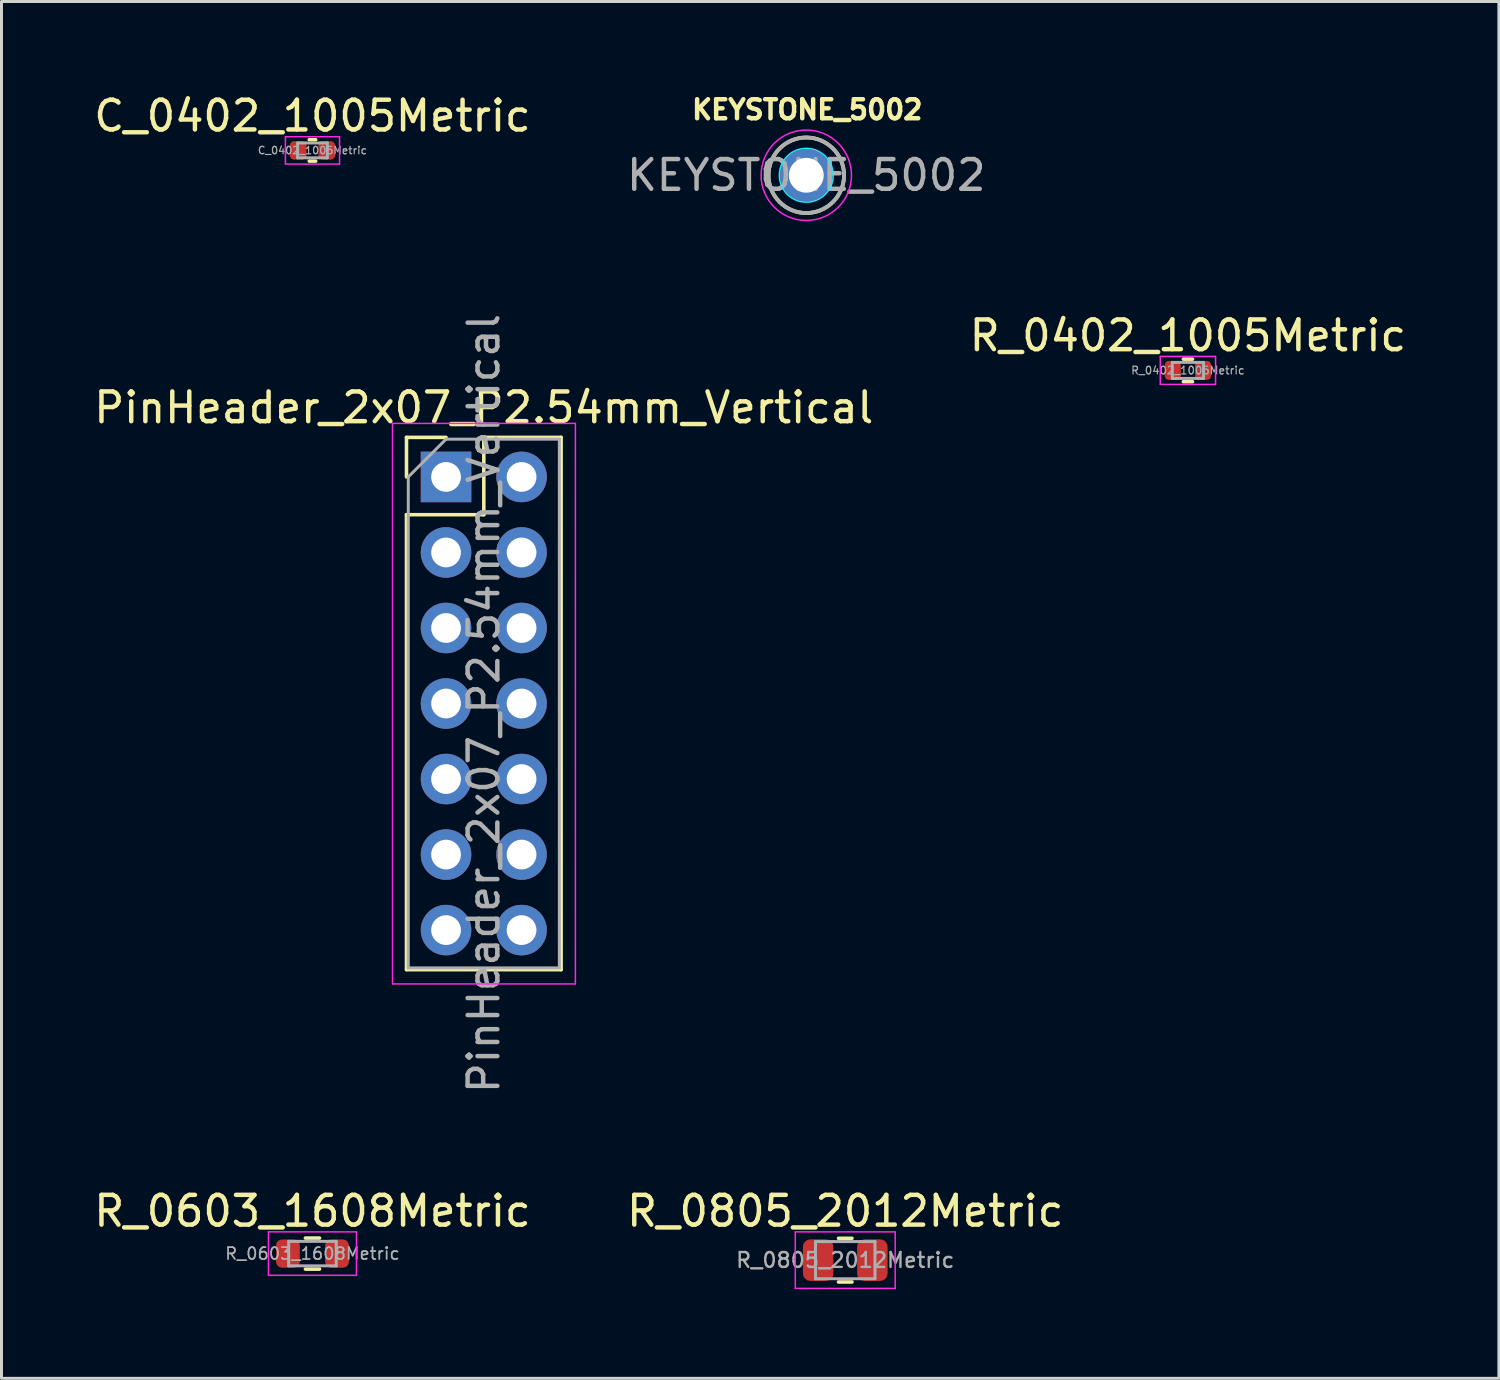
<source format=kicad_pcb>
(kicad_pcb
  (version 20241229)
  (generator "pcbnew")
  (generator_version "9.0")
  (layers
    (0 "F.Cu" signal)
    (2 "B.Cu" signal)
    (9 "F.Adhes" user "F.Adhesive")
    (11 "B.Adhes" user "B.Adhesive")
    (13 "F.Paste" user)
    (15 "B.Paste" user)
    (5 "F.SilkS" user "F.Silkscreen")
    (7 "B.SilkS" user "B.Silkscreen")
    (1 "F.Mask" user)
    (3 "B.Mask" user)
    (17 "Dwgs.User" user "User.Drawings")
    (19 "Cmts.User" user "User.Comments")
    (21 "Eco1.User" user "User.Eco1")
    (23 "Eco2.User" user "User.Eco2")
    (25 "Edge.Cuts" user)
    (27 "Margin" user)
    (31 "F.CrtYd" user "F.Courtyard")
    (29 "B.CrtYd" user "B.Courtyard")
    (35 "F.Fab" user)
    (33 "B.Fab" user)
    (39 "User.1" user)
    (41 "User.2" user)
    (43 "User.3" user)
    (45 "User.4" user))
  (footprint "C_0402_1005Metric"
    (layer "F.Cu")
    (at 7.458 2.008)
    (property "Reference" "C_0402_1005Metric" (at 0 -1.16 0) (layer "F.SilkS") (effects (font (size 1 1) (thickness 0.15))))
    (attr smd)
    (fp_line (start -0.108 -0.36) (end 0.108 -0.36) (stroke (width 0.12) (type solid)) (layer "F.SilkS"))
    (fp_line (start -0.108 0.36) (end 0.108 0.36) (stroke (width 0.12) (type solid)) (layer "F.SilkS"))
    (fp_line (start -0.91 -0.46) (end 0.91 -0.46) (stroke (width 0.05) (type solid)) (layer "F.CrtYd"))
    (fp_line (start -0.91 0.46) (end -0.91 -0.46) (stroke (width 0.05) (type solid)) (layer "F.CrtYd"))
    (fp_line (start 0.91 -0.46) (end 0.91 0.46) (stroke (width 0.05) (type solid)) (layer "F.CrtYd"))
    (fp_line (start 0.91 0.46) (end -0.91 0.46) (stroke (width 0.05) (type solid)) (layer "F.CrtYd"))
    (fp_line (start -0.5 -0.25) (end 0.5 -0.25) (stroke (width 0.1) (type solid)) (layer "F.Fab"))
    (fp_line (start -0.5 0.25) (end -0.5 -0.25) (stroke (width 0.1) (type solid)) (layer "F.Fab"))
    (fp_line (start 0.5 -0.25) (end 0.5 0.25) (stroke (width 0.1) (type solid)) (layer "F.Fab"))
    (fp_line (start 0.5 0.25) (end -0.5 0.25) (stroke (width 0.1) (type solid)) (layer "F.Fab"))
    (fp_text user "${REFERENCE}" (at 0 0 0) (layer "F.Fab") (effects (font (size 0.25 0.25) (thickness 0.04))))
    (pad "1" smd roundrect (at -0.48 0 180) (size 0.56 0.62) (layers "F.Cu" "F.Mask" "F.Paste") (roundrect_rratio 0.25))
    (pad "2" smd roundrect (at 0.48 0 180) (size 0.56 0.62) (layers "F.Cu" "F.Mask" "F.Paste") (roundrect_rratio 0.25)))
  (footprint "PinHeader_2x07_P2.54mm_Vertical"
    (layer "F.Cu")
    (at 11.95 12.989)
    (property "Reference" "PinHeader_2x07_P2.54mm_Vertical" (at 1.27 -2.33 0) (layer "F.SilkS") (effects (font (size 1 1) (thickness 0.15))))
    (attr through_hole)
    (fp_line (start -1.33 -1.33) (end 0 -1.33) (stroke (width 0.12) (type solid)) (layer "F.SilkS"))
    (fp_line (start -1.33 0) (end -1.33 -1.33) (stroke (width 0.12) (type solid)) (layer "F.SilkS"))
    (fp_line (start -1.33 1.27) (end -1.33 16.57) (stroke (width 0.12) (type solid)) (layer "F.SilkS"))
    (fp_line (start -1.33 1.27) (end 1.27 1.27) (stroke (width 0.12) (type solid)) (layer "F.SilkS"))
    (fp_line (start -1.33 16.57) (end 3.87 16.57) (stroke (width 0.12) (type solid)) (layer "F.SilkS"))
    (fp_line (start 1.27 -1.33) (end 3.87 -1.33) (stroke (width 0.12) (type solid)) (layer "F.SilkS"))
    (fp_line (start 1.27 1.27) (end 1.27 -1.33) (stroke (width 0.12) (type solid)) (layer "F.SilkS"))
    (fp_line (start 3.87 -1.33) (end 3.87 16.57) (stroke (width 0.12) (type solid)) (layer "F.SilkS"))
    (fp_line (start -1.8 -1.8) (end -1.8 17.05) (stroke (width 0.05) (type solid)) (layer "F.CrtYd"))
    (fp_line (start -1.8 17.05) (end 4.35 17.05) (stroke (width 0.05) (type solid)) (layer "F.CrtYd"))
    (fp_line (start 4.35 -1.8) (end -1.8 -1.8) (stroke (width 0.05) (type solid)) (layer "F.CrtYd"))
    (fp_line (start 4.35 17.05) (end 4.35 -1.8) (stroke (width 0.05) (type solid)) (layer "F.CrtYd"))
    (fp_line (start -1.27 0) (end 0 -1.27) (stroke (width 0.1) (type solid)) (layer "F.Fab"))
    (fp_line (start -1.27 16.51) (end -1.27 0) (stroke (width 0.1) (type solid)) (layer "F.Fab"))
    (fp_line (start 0 -1.27) (end 3.81 -1.27) (stroke (width 0.1) (type solid)) (layer "F.Fab"))
    (fp_line (start 3.81 -1.27) (end 3.81 16.51) (stroke (width 0.1) (type solid)) (layer "F.Fab"))
    (fp_line (start 3.81 16.51) (end -1.27 16.51) (stroke (width 0.1) (type solid)) (layer "F.Fab"))
    (fp_text user "${REFERENCE}" (at 1.27 7.62 90) (layer "F.Fab") (effects (font (size 1 1) (thickness 0.15))))
    (pad "1" thru_hole rect (at 0 0) (size 1.7 1.7) (drill 1) (layers "*.Cu" "*.Mask"))
    (pad "2" thru_hole oval (at 2.54 0) (size 1.7 1.7) (drill 1) (layers "*.Cu" "*.Mask"))
    (pad "3" thru_hole oval (at 0 2.54) (size 1.7 1.7) (drill 1) (layers "*.Cu" "*.Mask"))
    (pad "4" thru_hole oval (at 2.54 2.54) (size 1.7 1.7) (drill 1) (layers "*.Cu" "*.Mask"))
    (pad "5" thru_hole oval (at 0 5.08) (size 1.7 1.7) (drill 1) (layers "*.Cu" "*.Mask"))
    (pad "6" thru_hole oval (at 2.54 5.08) (size 1.7 1.7) (drill 1) (layers "*.Cu" "*.Mask"))
    (pad "7" thru_hole oval (at 0 7.62) (size 1.7 1.7) (drill 1) (layers "*.Cu" "*.Mask"))
    (pad "8" thru_hole oval (at 2.54 7.62) (size 1.7 1.7) (drill 1) (layers "*.Cu" "*.Mask"))
    (pad "9" thru_hole oval (at 0 10.16) (size 1.7 1.7) (drill 1) (layers "*.Cu" "*.Mask"))
    (pad "10" thru_hole oval (at 2.54 10.16) (size 1.7 1.7) (drill 1) (layers "*.Cu" "*.Mask"))
    (pad "11" thru_hole oval (at 0 12.7) (size 1.7 1.7) (drill 1) (layers "*.Cu" "*.Mask"))
    (pad "12" thru_hole oval (at 2.54 12.7) (size 1.7 1.7) (drill 1) (layers "*.Cu" "*.Mask"))
    (pad "13" thru_hole oval (at 0 15.24) (size 1.7 1.7) (drill 1) (layers "*.Cu" "*.Mask"))
    (pad "14" thru_hole oval (at 2.54 15.24) (size 1.7 1.7) (drill 1) (layers "*.Cu" "*.Mask")))
  (footprint "R_0402_1005Metric"
    (layer "F.Cu")
    (at 36.899 9.407)
    (property "Reference" "R_0402_1005Metric" (at 0 -1.17 0) (layer "F.SilkS") (effects (font (size 1 1) (thickness 0.15))))
    (attr smd)
    (fp_line (start -0.154 -0.38) (end 0.154 -0.38) (stroke (width 0.12) (type solid)) (layer "F.SilkS"))
    (fp_line (start -0.154 0.38) (end 0.154 0.38) (stroke (width 0.12) (type solid)) (layer "F.SilkS"))
    (fp_line (start -0.93 -0.47) (end 0.93 -0.47) (stroke (width 0.05) (type solid)) (layer "F.CrtYd"))
    (fp_line (start -0.93 0.47) (end -0.93 -0.47) (stroke (width 0.05) (type solid)) (layer "F.CrtYd"))
    (fp_line (start 0.93 -0.47) (end 0.93 0.47) (stroke (width 0.05) (type solid)) (layer "F.CrtYd"))
    (fp_line (start 0.93 0.47) (end -0.93 0.47) (stroke (width 0.05) (type solid)) (layer "F.CrtYd"))
    (fp_line (start -0.525 -0.27) (end 0.525 -0.27) (stroke (width 0.1) (type solid)) (layer "F.Fab"))
    (fp_line (start -0.525 0.27) (end -0.525 -0.27) (stroke (width 0.1) (type solid)) (layer "F.Fab"))
    (fp_line (start 0.525 -0.27) (end 0.525 0.27) (stroke (width 0.1) (type solid)) (layer "F.Fab"))
    (fp_line (start 0.525 0.27) (end -0.525 0.27) (stroke (width 0.1) (type solid)) (layer "F.Fab"))
    (fp_text user "${REFERENCE}" (at 0 0 0) (layer "F.Fab") (effects (font (size 0.26 0.26) (thickness 0.04))))
    (pad "1" smd roundrect (at -0.51 0 180) (size 0.54 0.64) (layers "F.Cu" "F.Mask" "F.Paste") (roundrect_rratio 0.25))
    (pad "2" smd roundrect (at 0.51 0 180) (size 0.54 0.64) (layers "F.Cu" "F.Mask" "F.Paste") (roundrect_rratio 0.25)))
  (footprint "R_0603_1608Metric"
    (layer "F.Cu")
    (at 7.458 39.108)
    (property "Reference" "R_0603_1608Metric" (at 0 -1.43 0) (layer "F.SilkS") (effects (font (size 1 1) (thickness 0.15))))
    (attr smd)
    (fp_line (start -0.237 -0.522) (end 0.237 -0.522) (stroke (width 0.12) (type solid)) (layer "F.SilkS"))
    (fp_line (start -0.237 0.522) (end 0.237 0.522) (stroke (width 0.12) (type solid)) (layer "F.SilkS"))
    (fp_line (start -1.48 -0.73) (end 1.48 -0.73) (stroke (width 0.05) (type solid)) (layer "F.CrtYd"))
    (fp_line (start -1.48 0.73) (end -1.48 -0.73) (stroke (width 0.05) (type solid)) (layer "F.CrtYd"))
    (fp_line (start 1.48 -0.73) (end 1.48 0.73) (stroke (width 0.05) (type solid)) (layer "F.CrtYd"))
    (fp_line (start 1.48 0.73) (end -1.48 0.73) (stroke (width 0.05) (type solid)) (layer "F.CrtYd"))
    (fp_line (start -0.8 -0.412) (end 0.8 -0.412) (stroke (width 0.1) (type solid)) (layer "F.Fab"))
    (fp_line (start -0.8 0.412) (end -0.8 -0.412) (stroke (width 0.1) (type solid)) (layer "F.Fab"))
    (fp_line (start 0.8 -0.412) (end 0.8 0.412) (stroke (width 0.1) (type solid)) (layer "F.Fab"))
    (fp_line (start 0.8 0.412) (end -0.8 0.412) (stroke (width 0.1) (type solid)) (layer "F.Fab"))
    (fp_text user "${REFERENCE}" (at 0 0 0) (layer "F.Fab") (effects (font (size 0.4 0.4) (thickness 0.06))))
    (pad "1" smd roundrect (at -0.825 0 180) (size 0.8 0.95) (layers "F.Cu" "F.Mask" "F.Paste") (roundrect_rratio 0.25))
    (pad "2" smd roundrect (at 0.825 0 180) (size 0.8 0.95) (layers "F.Cu" "F.Mask" "F.Paste") (roundrect_rratio 0.25)))
  (footprint "R_0805_2012Metric"
    (layer "F.Cu")
    (at 25.375 39.328)
    (property "Reference" "R_0805_2012Metric" (at 0 -1.65 0) (layer "F.SilkS") (effects (font (size 1 1) (thickness 0.15))))
    (attr smd)
    (fp_line (start -0.227 -0.735) (end 0.227 -0.735) (stroke (width 0.12) (type solid)) (layer "F.SilkS"))
    (fp_line (start -0.227 0.735) (end 0.227 0.735) (stroke (width 0.12) (type solid)) (layer "F.SilkS"))
    (fp_line (start -1.68 -0.95) (end 1.68 -0.95) (stroke (width 0.05) (type solid)) (layer "F.CrtYd"))
    (fp_line (start -1.68 0.95) (end -1.68 -0.95) (stroke (width 0.05) (type solid)) (layer "F.CrtYd"))
    (fp_line (start 1.68 -0.95) (end 1.68 0.95) (stroke (width 0.05) (type solid)) (layer "F.CrtYd"))
    (fp_line (start 1.68 0.95) (end -1.68 0.95) (stroke (width 0.05) (type solid)) (layer "F.CrtYd"))
    (fp_line (start -1 -0.625) (end 1 -0.625) (stroke (width 0.1) (type solid)) (layer "F.Fab"))
    (fp_line (start -1 0.625) (end -1 -0.625) (stroke (width 0.1) (type solid)) (layer "F.Fab"))
    (fp_line (start 1 -0.625) (end 1 0.625) (stroke (width 0.1) (type solid)) (layer "F.Fab"))
    (fp_line (start 1 0.625) (end -1 0.625) (stroke (width 0.1) (type solid)) (layer "F.Fab"))
    (fp_text user "${REFERENCE}" (at 0 0 0) (layer "F.Fab") (effects (font (size 0.5 0.5) (thickness 0.08))))
    (pad "1" smd roundrect (at -0.912 0) (size 1.025 1.4) (layers "F.Cu" "F.Mask" "F.Paste") (roundrect_rratio 0.244))
    (pad "2" smd roundrect (at 0.912 0) (size 1.025 1.4) (layers "F.Cu" "F.Mask" "F.Paste") (roundrect_rratio 0.244)))
  (footprint "KEYSTONE_5002"
    (layer "F.Cu")
    (at 24.065 2.844)
    (property "Reference" "KEYSTONE_5002" (at 0.032 -2.206 0) (layer "F.SilkS") (effects (font (size 0.64 0.64) (thickness 0.15))))
    (attr through_hole)
    (fp_circle (center 0 0) (end 1.27 0) (stroke (width 0.127) (type solid)) (fill no) (layer "F.SilkS"))
    (fp_circle (center 0 0) (end -0.1 -0.9) (stroke (width 0.05) (type default)) (fill no) (layer "B.CrtYd"))
    (fp_circle (center 0 0) (end 1.52 0) (stroke (width 0.05) (type solid)) (fill no) (layer "F.CrtYd"))
    (fp_circle (center 0 0) (end 1.27 0) (stroke (width 0.127) (type solid)) (fill no) (layer "F.Fab"))
    (fp_text user "${REFERENCE}" (at 0 0 0) (unlocked yes) (layer "F.Fab") (effects (font (size 1 1) (thickness 0.15))))
    (pad "1" thru_hole circle (at 0 0) (size 1.755 1.755) (drill 1.17) (layers "*.Cu" "*.Mask")))
  (gr_rect
    (start -3 -3)
    (end 47.357 43.303)
    (stroke (width 0.1) (type default))
    (fill no)
    (layer "Edge.Cuts")))
</source>
